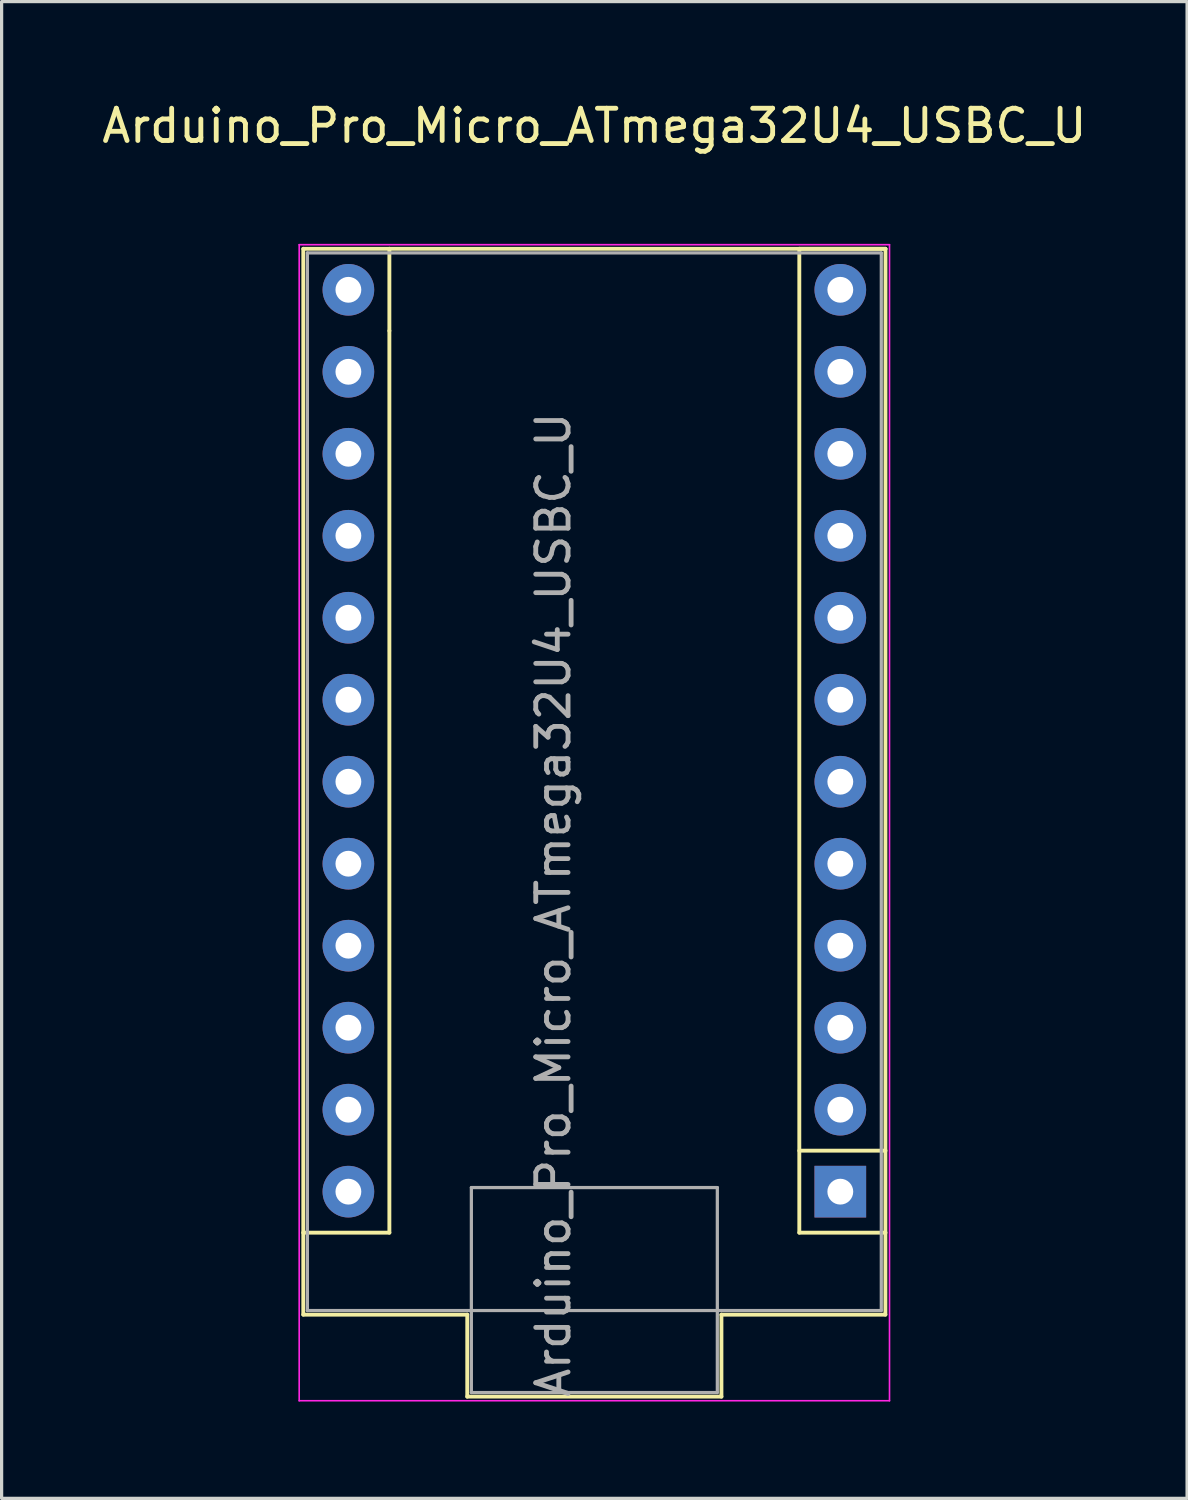
<source format=kicad_pcb>
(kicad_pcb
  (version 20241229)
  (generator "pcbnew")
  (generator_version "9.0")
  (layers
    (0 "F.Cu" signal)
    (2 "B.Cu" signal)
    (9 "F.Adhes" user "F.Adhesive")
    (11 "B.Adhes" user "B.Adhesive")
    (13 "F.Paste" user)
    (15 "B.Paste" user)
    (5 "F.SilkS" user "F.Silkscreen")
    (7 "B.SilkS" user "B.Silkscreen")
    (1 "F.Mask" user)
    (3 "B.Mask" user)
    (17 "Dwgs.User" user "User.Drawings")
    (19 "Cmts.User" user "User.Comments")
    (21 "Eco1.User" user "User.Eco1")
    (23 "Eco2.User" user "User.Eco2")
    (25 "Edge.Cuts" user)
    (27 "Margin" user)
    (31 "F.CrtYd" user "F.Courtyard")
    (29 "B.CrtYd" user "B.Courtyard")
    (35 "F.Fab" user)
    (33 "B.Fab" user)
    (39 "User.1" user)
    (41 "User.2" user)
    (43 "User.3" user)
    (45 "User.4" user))
  (footprint "Arduino_Pro_Micro_ATmega32U4_USBC_U"
    (layer "F.Cu")
    (at 7.743 5.928)
    (property "Reference" "Arduino_Pro_Micro_ATmega32U4_USBC_U" (at 7.62 -5.08 0) (layer "F.SilkS") (effects (font (size 1 1) (thickness 0.15))))
    (attr through_hole)
    (fp_line (start -1.397 -1.27) (end -1.397 31.75) (stroke (width 0.12) (type solid)) (layer "F.SilkS"))
    (fp_line (start -1.397 31.75) (end 3.683 31.75) (stroke (width 0.12) (type solid)) (layer "F.SilkS"))
    (fp_line (start 1.27 -1.27) (end -1.397 -1.27) (stroke (width 0.12) (type solid)) (layer "F.SilkS"))
    (fp_line (start 1.27 1.27) (end 1.27 -1.27) (stroke (width 0.12) (type solid)) (layer "F.SilkS"))
    (fp_line (start 1.27 1.27) (end 1.27 29.21) (stroke (width 0.12) (type solid)) (layer "F.SilkS"))
    (fp_line (start 1.27 29.21) (end -1.4 29.21) (stroke (width 0.12) (type solid)) (layer "F.SilkS"))
    (fp_line (start 3.683 34.29) (end 3.683 31.75) (stroke (width 0.12) (type solid)) (layer "F.SilkS"))
    (fp_line (start 3.683 34.29) (end 11.557 34.29) (stroke (width 0.12) (type solid)) (layer "F.SilkS"))
    (fp_line (start 11.557 31.75) (end 16.637 31.75) (stroke (width 0.12) (type solid)) (layer "F.SilkS"))
    (fp_line (start 11.557 34.29) (end 11.557 31.75) (stroke (width 0.12) (type solid)) (layer "F.SilkS"))
    (fp_line (start 13.97 -1.27) (end 13.97 29.21) (stroke (width 0.12) (type solid)) (layer "F.SilkS"))
    (fp_line (start 13.97 -1.27) (end 16.64 -1.27) (stroke (width 0.12) (type solid)) (layer "F.SilkS"))
    (fp_line (start 13.97 26.67) (end 16.64 26.67) (stroke (width 0.12) (type solid)) (layer "F.SilkS"))
    (fp_line (start 13.97 29.21) (end 16.64 29.21) (stroke (width 0.12) (type solid)) (layer "F.SilkS"))
    (fp_line (start 16.637 -1.27) (end 1.27 -1.27) (stroke (width 0.12) (type solid)) (layer "F.SilkS"))
    (fp_line (start 16.637 31.75) (end 16.64 -1.27) (stroke (width 0.12) (type solid)) (layer "F.SilkS"))
    (fp_line (start -1.524 -1.397) (end -1.524 34.417) (stroke (width 0.05) (type solid)) (layer "F.CrtYd"))
    (fp_line (start -1.524 -1.397) (end 16.764 -1.397) (stroke (width 0.05) (type solid)) (layer "F.CrtYd"))
    (fp_line (start 16.764 34.417) (end -1.524 34.417) (stroke (width 0.05) (type solid)) (layer "F.CrtYd"))
    (fp_line (start 16.764 34.417) (end 16.764 -1.397) (stroke (width 0.05) (type solid)) (layer "F.CrtYd"))
    (fp_line (start -1.27 -1.143) (end 16.51 -1.143) (stroke (width 0.1) (type solid)) (layer "F.Fab"))
    (fp_line (start -1.27 31.623) (end -1.27 -1.143) (stroke (width 0.1) (type solid)) (layer "F.Fab"))
    (fp_line (start 3.81 27.813) (end 11.43 27.813) (stroke (width 0.1) (type solid)) (layer "F.Fab"))
    (fp_line (start 3.81 34.163) (end 3.81 27.813) (stroke (width 0.1) (type solid)) (layer "F.Fab"))
    (fp_line (start 11.43 27.813) (end 11.43 34.163) (stroke (width 0.1) (type solid)) (layer "F.Fab"))
    (fp_line (start 11.43 34.163) (end 3.81 34.163) (stroke (width 0.1) (type solid)) (layer "F.Fab"))
    (fp_line (start 16.51 -1.143) (end 16.51 31.623) (stroke (width 0.1) (type solid)) (layer "F.Fab"))
    (fp_line (start 16.51 31.623) (end -1.27 31.623) (stroke (width 0.1) (type solid)) (layer "F.Fab"))
    (fp_text user "${REFERENCE}" (at 6.35 19.05 90) (layer "F.Fab") (effects (font (size 1 1) (thickness 0.15))))
    (pad "1" thru_hole rect (at 15.24 27.94) (size 1.6 1.6) (drill 0.8) (layers "*.Cu" "*.Mask"))
    (pad "2" thru_hole oval (at 15.24 25.4) (size 1.6 1.6) (drill 0.8) (layers "*.Cu" "*.Mask"))
    (pad "3" thru_hole oval (at 15.24 22.86) (size 1.6 1.6) (drill 0.8) (layers "*.Cu" "*.Mask"))
    (pad "4" thru_hole oval (at 15.24 20.32) (size 1.6 1.6) (drill 0.8) (layers "*.Cu" "*.Mask"))
    (pad "5" thru_hole oval (at 15.24 17.78) (size 1.6 1.6) (drill 0.8) (layers "*.Cu" "*.Mask"))
    (pad "6" thru_hole oval (at 15.24 15.24) (size 1.6 1.6) (drill 0.8) (layers "*.Cu" "*.Mask"))
    (pad "7" thru_hole oval (at 15.24 12.7) (size 1.6 1.6) (drill 0.8) (layers "*.Cu" "*.Mask"))
    (pad "8" thru_hole oval (at 15.24 10.16) (size 1.6 1.6) (drill 0.8) (layers "*.Cu" "*.Mask"))
    (pad "9" thru_hole oval (at 15.24 7.62) (size 1.6 1.6) (drill 0.8) (layers "*.Cu" "*.Mask"))
    (pad "10" thru_hole oval (at 15.24 5.08) (size 1.6 1.6) (drill 0.8) (layers "*.Cu" "*.Mask"))
    (pad "11" thru_hole oval (at 15.24 2.54) (size 1.6 1.6) (drill 0.8) (layers "*.Cu" "*.Mask"))
    (pad "12" thru_hole oval (at 15.24 0) (size 1.6 1.6) (drill 0.8) (layers "*.Cu" "*.Mask"))
    (pad "13" thru_hole oval (at 0 0) (size 1.6 1.6) (drill 0.8) (layers "*.Cu" "*.Mask"))
    (pad "14" thru_hole oval (at 0 2.54) (size 1.6 1.6) (drill 0.8) (layers "*.Cu" "*.Mask"))
    (pad "15" thru_hole oval (at 0 5.08) (size 1.6 1.6) (drill 0.8) (layers "*.Cu" "*.Mask"))
    (pad "16" thru_hole oval (at 0 7.62) (size 1.6 1.6) (drill 0.8) (layers "*.Cu" "*.Mask"))
    (pad "17" thru_hole oval (at 0 10.16) (size 1.6 1.6) (drill 0.8) (layers "*.Cu" "*.Mask"))
    (pad "18" thru_hole oval (at 0 12.7) (size 1.6 1.6) (drill 0.8) (layers "*.Cu" "*.Mask"))
    (pad "19" thru_hole oval (at 0 15.24) (size 1.6 1.6) (drill 0.8) (layers "*.Cu" "*.Mask"))
    (pad "20" thru_hole oval (at 0 17.78) (size 1.6 1.6) (drill 0.8) (layers "*.Cu" "*.Mask"))
    (pad "21" thru_hole oval (at 0 20.32) (size 1.6 1.6) (drill 0.8) (layers "*.Cu" "*.Mask"))
    (pad "22" thru_hole oval (at 0 22.86) (size 1.6 1.6) (drill 0.8) (layers "*.Cu" "*.Mask"))
    (pad "23" thru_hole oval (at 0 25.4) (size 1.6 1.6) (drill 0.8) (layers "*.Cu" "*.Mask"))
    (pad "24" thru_hole oval (at 0 27.94) (size 1.6 1.6) (drill 0.8) (layers "*.Cu" "*.Mask")))
  (gr_rect
    (start -3 -3)
    (end 33.726 43.37)
    (stroke (width 0.1) (type default))
    (fill no)
    (layer "Edge.Cuts")))
</source>
